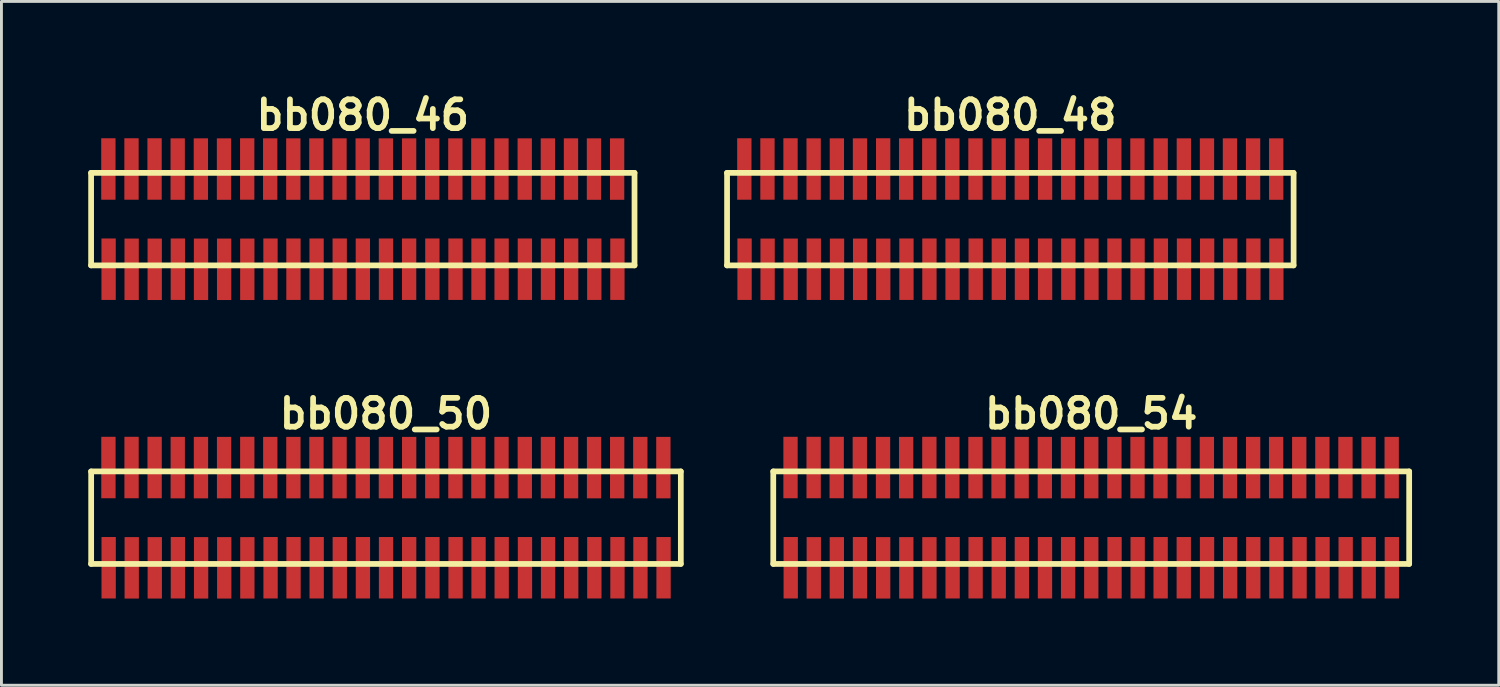
<source format=kicad_pcb>
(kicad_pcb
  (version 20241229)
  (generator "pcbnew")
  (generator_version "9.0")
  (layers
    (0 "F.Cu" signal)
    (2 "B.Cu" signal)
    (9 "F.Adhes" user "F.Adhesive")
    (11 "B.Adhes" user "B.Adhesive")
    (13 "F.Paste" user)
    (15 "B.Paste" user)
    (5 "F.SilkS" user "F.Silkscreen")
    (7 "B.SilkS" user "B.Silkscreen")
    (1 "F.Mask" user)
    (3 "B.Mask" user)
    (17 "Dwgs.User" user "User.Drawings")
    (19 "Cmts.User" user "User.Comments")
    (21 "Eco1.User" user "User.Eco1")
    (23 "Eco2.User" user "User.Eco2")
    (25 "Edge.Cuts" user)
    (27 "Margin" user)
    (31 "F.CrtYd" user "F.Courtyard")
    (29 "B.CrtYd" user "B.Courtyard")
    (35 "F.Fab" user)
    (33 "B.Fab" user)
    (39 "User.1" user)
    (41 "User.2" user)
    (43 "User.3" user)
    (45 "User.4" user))
  (footprint "bb080_50"
    (layer "F.Cu")
    (at 10.3 14.859)
    (property "Reference" "bb080_50" (at 0 -3.599 0) (layer "F.SilkS") (effects (font (size 0.998 0.998) (thickness 0.198))))
    (attr through_hole)
    (fp_line (start -10.201 1.6) (end 10.201 1.6) (stroke (width 0.198) (type solid)) (layer "F.SilkS"))
    (fp_line (start -10.196 -1.6) (end -10.196 1.6) (stroke (width 0.198) (type solid)) (layer "F.SilkS"))
    (fp_line (start 10.201 -1.6) (end -10.201 -1.6) (stroke (width 0.198) (type solid)) (layer "F.SilkS"))
    (fp_line (start 10.203 1.6) (end 10.203 -1.6) (stroke (width 0.198) (type solid)) (layer "F.SilkS"))
    (pad "1" smd rect (at -9.591 1.732) (size 0.495 2.126) (layers "F.Cu" "F.Mask" "F.Paste"))
    (pad "2" smd rect (at -9.599 -1.735) (size 0.495 2.126) (layers "F.Cu" "F.Mask" "F.Paste"))
    (pad "3" smd rect (at -8.793 1.735) (size 0.495 2.126) (layers "F.Cu" "F.Mask" "F.Paste"))
    (pad "4" smd rect (at -8.799 -1.735) (size 0.495 2.126) (layers "F.Cu" "F.Mask" "F.Paste"))
    (pad "5" smd rect (at -7.996 1.735) (size 0.495 2.126) (layers "F.Cu" "F.Mask" "F.Paste"))
    (pad "6" smd rect (at -8.001 -1.735) (size 0.495 2.126) (layers "F.Cu" "F.Mask" "F.Paste"))
    (pad "7" smd rect (at -7.196 1.732) (size 0.495 2.126) (layers "F.Cu" "F.Mask" "F.Paste"))
    (pad "8" smd rect (at -7.201 -1.732) (size 0.495 2.126) (layers "F.Cu" "F.Mask" "F.Paste"))
    (pad "9" smd rect (at -6.393 1.735) (size 0.495 2.126) (layers "F.Cu" "F.Mask" "F.Paste"))
    (pad "10" smd rect (at -6.398 -1.732) (size 0.495 2.126) (layers "F.Cu" "F.Mask" "F.Paste"))
    (pad "11" smd rect (at -5.593 1.735) (size 0.495 2.126) (layers "F.Cu" "F.Mask" "F.Paste"))
    (pad "12" smd rect (at -5.598 -1.732) (size 0.495 2.126) (layers "F.Cu" "F.Mask" "F.Paste"))
    (pad "13" smd rect (at -4.793 1.735) (size 0.495 2.126) (layers "F.Cu" "F.Mask" "F.Paste"))
    (pad "14" smd rect (at -4.796 -1.735) (size 0.495 2.126) (layers "F.Cu" "F.Mask" "F.Paste"))
    (pad "15" smd rect (at -3.99 1.732) (size 0.495 2.126) (layers "F.Cu" "F.Mask" "F.Paste"))
    (pad "16" smd rect (at -4 -1.732) (size 0.495 2.126) (layers "F.Cu" "F.Mask" "F.Paste"))
    (pad "17" smd rect (at -3.195 1.732) (size 0.495 2.126) (layers "F.Cu" "F.Mask" "F.Paste"))
    (pad "18" smd rect (at -3.2 -1.732) (size 0.495 2.126) (layers "F.Cu" "F.Mask" "F.Paste"))
    (pad "19" smd rect (at -2.395 1.732) (size 0.495 2.126) (layers "F.Cu" "F.Mask" "F.Paste"))
    (pad "20" smd rect (at -2.403 -1.732) (size 0.495 2.126) (layers "F.Cu" "F.Mask" "F.Paste"))
    (pad "21" smd rect (at -1.595 1.732) (size 0.495 2.126) (layers "F.Cu" "F.Mask" "F.Paste"))
    (pad "22" smd rect (at -1.603 -1.732) (size 0.495 2.126) (layers "F.Cu" "F.Mask" "F.Paste"))
    (pad "23" smd rect (at -0.795 1.732) (size 0.495 2.126) (layers "F.Cu" "F.Mask" "F.Paste"))
    (pad "24" smd rect (at -0.8 -1.732) (size 0.495 2.126) (layers "F.Cu" "F.Mask" "F.Paste"))
    (pad "25" smd rect (at 0.005 1.732) (size 0.495 2.126) (layers "F.Cu" "F.Mask" "F.Paste"))
    (pad "26" smd rect (at 0 -1.732) (size 0.495 2.126) (layers "F.Cu" "F.Mask" "F.Paste"))
    (pad "27" smd rect (at 0.805 1.732) (size 0.495 2.126) (layers "F.Cu" "F.Mask" "F.Paste"))
    (pad "28" smd rect (at 0.805 -1.732) (size 0.495 2.126) (layers "F.Cu" "F.Mask" "F.Paste"))
    (pad "29" smd rect (at 1.61 1.732) (size 0.495 2.126) (layers "F.Cu" "F.Mask" "F.Paste"))
    (pad "30" smd rect (at 1.605 -1.732) (size 0.495 2.126) (layers "F.Cu" "F.Mask" "F.Paste"))
    (pad "31" smd rect (at 2.41 1.732) (size 0.495 2.126) (layers "F.Cu" "F.Mask" "F.Paste"))
    (pad "32" smd rect (at 2.405 -1.732) (size 0.495 2.126) (layers "F.Cu" "F.Mask" "F.Paste"))
    (pad "33" smd rect (at 3.205 1.732) (size 0.495 2.126) (layers "F.Cu" "F.Mask" "F.Paste"))
    (pad "34" smd rect (at 3.2 -1.732) (size 0.495 2.126) (layers "F.Cu" "F.Mask" "F.Paste"))
    (pad "35" smd rect (at 4.006 1.732) (size 0.495 2.126) (layers "F.Cu" "F.Mask" "F.Paste"))
    (pad "36" smd rect (at 4 -1.732) (size 0.495 2.126) (layers "F.Cu" "F.Mask" "F.Paste"))
    (pad "37" smd rect (at 4.811 1.732) (size 0.495 2.126) (layers "F.Cu" "F.Mask" "F.Paste"))
    (pad "38" smd rect (at 4.806 -1.732) (size 0.495 2.126) (layers "F.Cu" "F.Mask" "F.Paste"))
    (pad "39" smd rect (at 5.611 1.732) (size 0.495 2.126) (layers "F.Cu" "F.Mask" "F.Paste"))
    (pad "40" smd rect (at 5.606 -1.732) (size 0.495 2.126) (layers "F.Cu" "F.Mask" "F.Paste"))
    (pad "41" smd rect (at 6.411 1.732) (size 0.495 2.126) (layers "F.Cu" "F.Mask" "F.Paste"))
    (pad "42" smd rect (at 6.406 -1.732) (size 0.495 2.126) (layers "F.Cu" "F.Mask" "F.Paste"))
    (pad "43" smd rect (at 7.211 1.732) (size 0.495 2.126) (layers "F.Cu" "F.Mask" "F.Paste"))
    (pad "44" smd rect (at 7.201 -1.732) (size 0.495 2.126) (layers "F.Cu" "F.Mask" "F.Paste"))
    (pad "45" smd rect (at 8.011 1.732) (size 0.495 2.126) (layers "F.Cu" "F.Mask" "F.Paste"))
    (pad "46" smd rect (at 8.001 -1.732) (size 0.495 2.126) (layers "F.Cu" "F.Mask" "F.Paste"))
    (pad "47" smd rect (at 8.806 1.732) (size 0.495 2.126) (layers "F.Cu" "F.Mask" "F.Paste"))
    (pad "48" smd rect (at 8.801 -1.732) (size 0.495 2.126) (layers "F.Cu" "F.Mask" "F.Paste"))
    (pad "49" smd rect (at 9.606 1.732) (size 0.495 2.126) (layers "F.Cu" "F.Mask" "F.Paste"))
    (pad "50" smd rect (at 9.599 -1.732) (size 0.495 2.126) (layers "F.Cu" "F.Mask" "F.Paste")))
  (footprint "bb080_46"
    (layer "F.Cu")
    (at 9.5 4.531)
    (property "Reference" "bb080_46" (at 0 -3.599 0) (layer "F.SilkS") (effects (font (size 0.998 0.998) (thickness 0.198))))
    (attr through_hole)
    (fp_line (start -9.401 1.6) (end 9.401 1.6) (stroke (width 0.198) (type solid)) (layer "F.SilkS"))
    (fp_line (start -9.398 -1.6) (end -9.398 1.6) (stroke (width 0.198) (type solid)) (layer "F.SilkS"))
    (fp_line (start 9.401 -1.6) (end -9.401 -1.6) (stroke (width 0.198) (type solid)) (layer "F.SilkS"))
    (fp_line (start 9.401 1.6) (end 9.401 -1.6) (stroke (width 0.198) (type solid)) (layer "F.SilkS"))
    (pad "1" smd rect (at -8.793 1.732) (size 0.495 2.126) (layers "F.Cu" "F.Mask" "F.Paste"))
    (pad "2" smd rect (at -8.801 -1.735) (size 0.495 2.126) (layers "F.Cu" "F.Mask" "F.Paste"))
    (pad "3" smd rect (at -7.996 1.735) (size 0.495 2.126) (layers "F.Cu" "F.Mask" "F.Paste"))
    (pad "4" smd rect (at -8.001 -1.735) (size 0.495 2.126) (layers "F.Cu" "F.Mask" "F.Paste"))
    (pad "5" smd rect (at -7.198 1.735) (size 0.495 2.126) (layers "F.Cu" "F.Mask" "F.Paste"))
    (pad "6" smd rect (at -7.203 -1.735) (size 0.495 2.126) (layers "F.Cu" "F.Mask" "F.Paste"))
    (pad "7" smd rect (at -6.398 1.732) (size 0.495 2.126) (layers "F.Cu" "F.Mask" "F.Paste"))
    (pad "8" smd rect (at -6.403 -1.732) (size 0.495 2.126) (layers "F.Cu" "F.Mask" "F.Paste"))
    (pad "9" smd rect (at -5.596 1.735) (size 0.495 2.126) (layers "F.Cu" "F.Mask" "F.Paste"))
    (pad "10" smd rect (at -5.601 -1.732) (size 0.495 2.126) (layers "F.Cu" "F.Mask" "F.Paste"))
    (pad "11" smd rect (at -4.796 1.735) (size 0.495 2.126) (layers "F.Cu" "F.Mask" "F.Paste"))
    (pad "12" smd rect (at -4.801 -1.732) (size 0.495 2.126) (layers "F.Cu" "F.Mask" "F.Paste"))
    (pad "13" smd rect (at -3.995 1.735) (size 0.495 2.126) (layers "F.Cu" "F.Mask" "F.Paste"))
    (pad "14" smd rect (at -3.998 -1.735) (size 0.495 2.126) (layers "F.Cu" "F.Mask" "F.Paste"))
    (pad "15" smd rect (at -3.193 1.732) (size 0.495 2.126) (layers "F.Cu" "F.Mask" "F.Paste"))
    (pad "16" smd rect (at -3.203 -1.732) (size 0.495 2.126) (layers "F.Cu" "F.Mask" "F.Paste"))
    (pad "17" smd rect (at -2.398 1.732) (size 0.495 2.126) (layers "F.Cu" "F.Mask" "F.Paste"))
    (pad "18" smd rect (at -2.403 -1.732) (size 0.495 2.126) (layers "F.Cu" "F.Mask" "F.Paste"))
    (pad "19" smd rect (at -1.598 1.732) (size 0.495 2.126) (layers "F.Cu" "F.Mask" "F.Paste"))
    (pad "20" smd rect (at -1.605 -1.732) (size 0.495 2.126) (layers "F.Cu" "F.Mask" "F.Paste"))
    (pad "21" smd rect (at -0.798 1.732) (size 0.495 2.126) (layers "F.Cu" "F.Mask" "F.Paste"))
    (pad "22" smd rect (at -0.805 -1.732) (size 0.495 2.126) (layers "F.Cu" "F.Mask" "F.Paste"))
    (pad "23" smd rect (at 0.003 1.732) (size 0.495 2.126) (layers "F.Cu" "F.Mask" "F.Paste"))
    (pad "24" smd rect (at -0.003 -1.732) (size 0.495 2.126) (layers "F.Cu" "F.Mask" "F.Paste"))
    (pad "25" smd rect (at 0.803 1.732) (size 0.495 2.126) (layers "F.Cu" "F.Mask" "F.Paste"))
    (pad "26" smd rect (at 0.798 -1.732) (size 0.495 2.126) (layers "F.Cu" "F.Mask" "F.Paste"))
    (pad "27" smd rect (at 1.603 1.732) (size 0.495 2.126) (layers "F.Cu" "F.Mask" "F.Paste"))
    (pad "28" smd rect (at 1.603 -1.732) (size 0.495 2.126) (layers "F.Cu" "F.Mask" "F.Paste"))
    (pad "29" smd rect (at 2.408 1.732) (size 0.495 2.126) (layers "F.Cu" "F.Mask" "F.Paste"))
    (pad "30" smd rect (at 2.403 -1.732) (size 0.495 2.126) (layers "F.Cu" "F.Mask" "F.Paste"))
    (pad "31" smd rect (at 3.208 1.732) (size 0.495 2.126) (layers "F.Cu" "F.Mask" "F.Paste"))
    (pad "32" smd rect (at 3.203 -1.732) (size 0.495 2.126) (layers "F.Cu" "F.Mask" "F.Paste"))
    (pad "33" smd rect (at 4.003 1.732) (size 0.495 2.126) (layers "F.Cu" "F.Mask" "F.Paste"))
    (pad "34" smd rect (at 3.998 -1.732) (size 0.495 2.126) (layers "F.Cu" "F.Mask" "F.Paste"))
    (pad "35" smd rect (at 4.803 1.732) (size 0.495 2.126) (layers "F.Cu" "F.Mask" "F.Paste"))
    (pad "36" smd rect (at 4.798 -1.732) (size 0.495 2.126) (layers "F.Cu" "F.Mask" "F.Paste"))
    (pad "37" smd rect (at 5.608 1.732) (size 0.495 2.126) (layers "F.Cu" "F.Mask" "F.Paste"))
    (pad "38" smd rect (at 5.603 -1.732) (size 0.495 2.126) (layers "F.Cu" "F.Mask" "F.Paste"))
    (pad "39" smd rect (at 6.408 1.732) (size 0.495 2.126) (layers "F.Cu" "F.Mask" "F.Paste"))
    (pad "40" smd rect (at 6.403 -1.732) (size 0.495 2.126) (layers "F.Cu" "F.Mask" "F.Paste"))
    (pad "41" smd rect (at 7.209 1.732) (size 0.495 2.126) (layers "F.Cu" "F.Mask" "F.Paste"))
    (pad "42" smd rect (at 7.203 -1.732) (size 0.495 2.126) (layers "F.Cu" "F.Mask" "F.Paste"))
    (pad "43" smd rect (at 8.009 1.732) (size 0.495 2.126) (layers "F.Cu" "F.Mask" "F.Paste"))
    (pad "44" smd rect (at 7.998 -1.732) (size 0.495 2.126) (layers "F.Cu" "F.Mask" "F.Paste"))
    (pad "45" smd rect (at 8.809 1.732) (size 0.495 2.126) (layers "F.Cu" "F.Mask" "F.Paste"))
    (pad "46" smd rect (at 8.799 -1.732) (size 0.495 2.126) (layers "F.Cu" "F.Mask" "F.Paste")))
  (footprint "bb080_54"
    (layer "F.Cu")
    (at 34.699 14.859)
    (property "Reference" "bb080_54" (at 0 -3.599 0) (layer "F.SilkS") (effects (font (size 0.998 0.998) (thickness 0.198))))
    (attr through_hole)
    (fp_line (start -10.998 -1.6) (end -10.998 1.6) (stroke (width 0.198) (type solid)) (layer "F.SilkS"))
    (fp_line (start -10.998 1.6) (end 11.001 1.6) (stroke (width 0.198) (type solid)) (layer "F.SilkS"))
    (fp_line (start 11.001 -1.6) (end -10.998 -1.6) (stroke (width 0.198) (type solid)) (layer "F.SilkS"))
    (fp_line (start 11.001 1.6) (end 11.001 -1.6) (stroke (width 0.198) (type solid)) (layer "F.SilkS"))
    (pad "1" smd rect (at -10.394 1.732) (size 0.495 2.126) (layers "F.Cu" "F.Mask" "F.Paste"))
    (pad "2" smd rect (at -10.401 -1.735) (size 0.495 2.126) (layers "F.Cu" "F.Mask" "F.Paste"))
    (pad "3" smd rect (at -9.596 1.735) (size 0.495 2.126) (layers "F.Cu" "F.Mask" "F.Paste"))
    (pad "4" smd rect (at -9.601 -1.735) (size 0.495 2.126) (layers "F.Cu" "F.Mask" "F.Paste"))
    (pad "5" smd rect (at -8.799 1.735) (size 0.495 2.126) (layers "F.Cu" "F.Mask" "F.Paste"))
    (pad "6" smd rect (at -8.804 -1.735) (size 0.495 2.126) (layers "F.Cu" "F.Mask" "F.Paste"))
    (pad "7" smd rect (at -7.998 1.732) (size 0.495 2.126) (layers "F.Cu" "F.Mask" "F.Paste"))
    (pad "8" smd rect (at -8.004 -1.732) (size 0.495 2.126) (layers "F.Cu" "F.Mask" "F.Paste"))
    (pad "9" smd rect (at -7.196 1.735) (size 0.495 2.126) (layers "F.Cu" "F.Mask" "F.Paste"))
    (pad "10" smd rect (at -7.201 -1.732) (size 0.495 2.126) (layers "F.Cu" "F.Mask" "F.Paste"))
    (pad "11" smd rect (at -6.396 1.735) (size 0.495 2.126) (layers "F.Cu" "F.Mask" "F.Paste"))
    (pad "12" smd rect (at -6.401 -1.732) (size 0.495 2.126) (layers "F.Cu" "F.Mask" "F.Paste"))
    (pad "13" smd rect (at -5.596 1.735) (size 0.495 2.126) (layers "F.Cu" "F.Mask" "F.Paste"))
    (pad "14" smd rect (at -5.598 -1.735) (size 0.495 2.126) (layers "F.Cu" "F.Mask" "F.Paste"))
    (pad "15" smd rect (at -4.793 1.732) (size 0.495 2.126) (layers "F.Cu" "F.Mask" "F.Paste"))
    (pad "16" smd rect (at -4.803 -1.732) (size 0.495 2.126) (layers "F.Cu" "F.Mask" "F.Paste"))
    (pad "17" smd rect (at -3.998 1.732) (size 0.495 2.126) (layers "F.Cu" "F.Mask" "F.Paste"))
    (pad "18" smd rect (at -4.003 -1.732) (size 0.495 2.126) (layers "F.Cu" "F.Mask" "F.Paste"))
    (pad "19" smd rect (at -3.198 1.732) (size 0.495 2.126) (layers "F.Cu" "F.Mask" "F.Paste"))
    (pad "20" smd rect (at -3.205 -1.732) (size 0.495 2.126) (layers "F.Cu" "F.Mask" "F.Paste"))
    (pad "21" smd rect (at -2.398 1.732) (size 0.495 2.126) (layers "F.Cu" "F.Mask" "F.Paste"))
    (pad "22" smd rect (at -2.405 -1.732) (size 0.495 2.126) (layers "F.Cu" "F.Mask" "F.Paste"))
    (pad "23" smd rect (at -1.598 1.732) (size 0.495 2.126) (layers "F.Cu" "F.Mask" "F.Paste"))
    (pad "24" smd rect (at -1.603 -1.732) (size 0.495 2.126) (layers "F.Cu" "F.Mask" "F.Paste"))
    (pad "25" smd rect (at -0.798 1.732) (size 0.495 2.126) (layers "F.Cu" "F.Mask" "F.Paste"))
    (pad "26" smd rect (at -0.803 -1.732) (size 0.495 2.126) (layers "F.Cu" "F.Mask" "F.Paste"))
    (pad "27" smd rect (at 0.003 1.732) (size 0.495 2.126) (layers "F.Cu" "F.Mask" "F.Paste"))
    (pad "28" smd rect (at 0.003 -1.732) (size 0.495 2.126) (layers "F.Cu" "F.Mask" "F.Paste"))
    (pad "29" smd rect (at 0.808 1.732) (size 0.495 2.126) (layers "F.Cu" "F.Mask" "F.Paste"))
    (pad "30" smd rect (at 0.803 -1.732) (size 0.495 2.126) (layers "F.Cu" "F.Mask" "F.Paste"))
    (pad "31" smd rect (at 1.608 1.732) (size 0.495 2.126) (layers "F.Cu" "F.Mask" "F.Paste"))
    (pad "32" smd rect (at 1.603 -1.732) (size 0.495 2.126) (layers "F.Cu" "F.Mask" "F.Paste"))
    (pad "33" smd rect (at 2.403 1.732) (size 0.495 2.126) (layers "F.Cu" "F.Mask" "F.Paste"))
    (pad "34" smd rect (at 2.398 -1.732) (size 0.495 2.126) (layers "F.Cu" "F.Mask" "F.Paste"))
    (pad "35" smd rect (at 3.203 1.732) (size 0.495 2.126) (layers "F.Cu" "F.Mask" "F.Paste"))
    (pad "36" smd rect (at 3.198 -1.732) (size 0.495 2.126) (layers "F.Cu" "F.Mask" "F.Paste"))
    (pad "37" smd rect (at 4.008 1.732) (size 0.495 2.126) (layers "F.Cu" "F.Mask" "F.Paste"))
    (pad "38" smd rect (at 4.003 -1.732) (size 0.495 2.126) (layers "F.Cu" "F.Mask" "F.Paste"))
    (pad "39" smd rect (at 4.808 1.732) (size 0.495 2.126) (layers "F.Cu" "F.Mask" "F.Paste"))
    (pad "40" smd rect (at 4.803 -1.732) (size 0.495 2.126) (layers "F.Cu" "F.Mask" "F.Paste"))
    (pad "41" smd rect (at 5.608 1.732) (size 0.495 2.126) (layers "F.Cu" "F.Mask" "F.Paste"))
    (pad "42" smd rect (at 5.603 -1.732) (size 0.495 2.126) (layers "F.Cu" "F.Mask" "F.Paste"))
    (pad "43" smd rect (at 6.408 1.732) (size 0.495 2.126) (layers "F.Cu" "F.Mask" "F.Paste"))
    (pad "44" smd rect (at 6.398 -1.732) (size 0.495 2.126) (layers "F.Cu" "F.Mask" "F.Paste"))
    (pad "45" smd rect (at 7.209 1.732) (size 0.495 2.126) (layers "F.Cu" "F.Mask" "F.Paste"))
    (pad "46" smd rect (at 7.198 -1.732) (size 0.495 2.126) (layers "F.Cu" "F.Mask" "F.Paste"))
    (pad "47" smd rect (at 8.004 1.732) (size 0.495 2.126) (layers "F.Cu" "F.Mask" "F.Paste"))
    (pad "48" smd rect (at 7.998 -1.732) (size 0.495 2.126) (layers "F.Cu" "F.Mask" "F.Paste"))
    (pad "49" smd rect (at 8.804 1.732) (size 0.495 2.126) (layers "F.Cu" "F.Mask" "F.Paste"))
    (pad "50" smd rect (at 8.796 -1.732) (size 0.495 2.126) (layers "F.Cu" "F.Mask" "F.Paste"))
    (pad "51" smd rect (at 9.601 1.732) (size 0.495 2.126) (layers "F.Cu" "F.Mask" "F.Paste"))
    (pad "52" smd rect (at 9.596 -1.732) (size 0.495 2.126) (layers "F.Cu" "F.Mask" "F.Paste"))
    (pad "53" smd rect (at 10.401 1.732) (size 0.495 2.126) (layers "F.Cu" "F.Mask" "F.Paste"))
    (pad "54" smd rect (at 10.396 -1.732) (size 0.495 2.126) (layers "F.Cu" "F.Mask" "F.Paste")))
  (footprint "bb080_48"
    (layer "F.Cu")
    (at 31.9 4.531)
    (property "Reference" "bb080_48" (at 0 -3.599 0) (layer "F.SilkS") (effects (font (size 0.998 0.998) (thickness 0.198))))
    (attr through_hole)
    (fp_line (start -9.802 1.6) (end 9.799 1.6) (stroke (width 0.198) (type solid)) (layer "F.SilkS"))
    (fp_line (start -9.797 -1.6) (end -9.797 1.6) (stroke (width 0.198) (type solid)) (layer "F.SilkS"))
    (fp_line (start 9.799 -1.6) (end -9.802 -1.6) (stroke (width 0.198) (type solid)) (layer "F.SilkS"))
    (fp_line (start 9.802 1.6) (end 9.802 -1.6) (stroke (width 0.198) (type solid)) (layer "F.SilkS"))
    (pad "1" smd rect (at -9.192 1.732) (size 0.495 2.126) (layers "F.Cu" "F.Mask" "F.Paste"))
    (pad "2" smd rect (at -9.2 -1.735) (size 0.495 2.126) (layers "F.Cu" "F.Mask" "F.Paste"))
    (pad "3" smd rect (at -8.395 1.735) (size 0.495 2.126) (layers "F.Cu" "F.Mask" "F.Paste"))
    (pad "4" smd rect (at -8.4 -1.735) (size 0.495 2.126) (layers "F.Cu" "F.Mask" "F.Paste"))
    (pad "5" smd rect (at -7.597 1.735) (size 0.495 2.126) (layers "F.Cu" "F.Mask" "F.Paste"))
    (pad "6" smd rect (at -7.602 -1.735) (size 0.495 2.126) (layers "F.Cu" "F.Mask" "F.Paste"))
    (pad "7" smd rect (at -6.797 1.732) (size 0.495 2.126) (layers "F.Cu" "F.Mask" "F.Paste"))
    (pad "8" smd rect (at -6.802 -1.732) (size 0.495 2.126) (layers "F.Cu" "F.Mask" "F.Paste"))
    (pad "9" smd rect (at -5.994 1.735) (size 0.495 2.126) (layers "F.Cu" "F.Mask" "F.Paste"))
    (pad "10" smd rect (at -5.999 -1.732) (size 0.495 2.126) (layers "F.Cu" "F.Mask" "F.Paste"))
    (pad "11" smd rect (at -5.194 1.735) (size 0.495 2.126) (layers "F.Cu" "F.Mask" "F.Paste"))
    (pad "12" smd rect (at -5.199 -1.732) (size 0.495 2.126) (layers "F.Cu" "F.Mask" "F.Paste"))
    (pad "13" smd rect (at -4.394 1.735) (size 0.495 2.126) (layers "F.Cu" "F.Mask" "F.Paste"))
    (pad "14" smd rect (at -4.397 -1.735) (size 0.495 2.126) (layers "F.Cu" "F.Mask" "F.Paste"))
    (pad "15" smd rect (at -3.592 1.732) (size 0.495 2.126) (layers "F.Cu" "F.Mask" "F.Paste"))
    (pad "16" smd rect (at -3.602 -1.732) (size 0.495 2.126) (layers "F.Cu" "F.Mask" "F.Paste"))
    (pad "17" smd rect (at -2.797 1.732) (size 0.495 2.126) (layers "F.Cu" "F.Mask" "F.Paste"))
    (pad "18" smd rect (at -2.802 -1.732) (size 0.495 2.126) (layers "F.Cu" "F.Mask" "F.Paste"))
    (pad "19" smd rect (at -1.996 1.732) (size 0.495 2.126) (layers "F.Cu" "F.Mask" "F.Paste"))
    (pad "20" smd rect (at -2.004 -1.732) (size 0.495 2.126) (layers "F.Cu" "F.Mask" "F.Paste"))
    (pad "21" smd rect (at -1.196 1.732) (size 0.495 2.126) (layers "F.Cu" "F.Mask" "F.Paste"))
    (pad "22" smd rect (at -1.204 -1.732) (size 0.495 2.126) (layers "F.Cu" "F.Mask" "F.Paste"))
    (pad "23" smd rect (at -0.396 1.732) (size 0.495 2.126) (layers "F.Cu" "F.Mask" "F.Paste"))
    (pad "24" smd rect (at -0.401 -1.732) (size 0.495 2.126) (layers "F.Cu" "F.Mask" "F.Paste"))
    (pad "25" smd rect (at 0.404 1.732) (size 0.495 2.126) (layers "F.Cu" "F.Mask" "F.Paste"))
    (pad "26" smd rect (at 0.399 -1.732) (size 0.495 2.126) (layers "F.Cu" "F.Mask" "F.Paste"))
    (pad "27" smd rect (at 1.204 1.732) (size 0.495 2.126) (layers "F.Cu" "F.Mask" "F.Paste"))
    (pad "28" smd rect (at 1.204 -1.732) (size 0.495 2.126) (layers "F.Cu" "F.Mask" "F.Paste"))
    (pad "29" smd rect (at 2.009 1.732) (size 0.495 2.126) (layers "F.Cu" "F.Mask" "F.Paste"))
    (pad "30" smd rect (at 2.004 -1.732) (size 0.495 2.126) (layers "F.Cu" "F.Mask" "F.Paste"))
    (pad "31" smd rect (at 2.809 1.732) (size 0.495 2.126) (layers "F.Cu" "F.Mask" "F.Paste"))
    (pad "32" smd rect (at 2.804 -1.732) (size 0.495 2.126) (layers "F.Cu" "F.Mask" "F.Paste"))
    (pad "33" smd rect (at 3.604 1.732) (size 0.495 2.126) (layers "F.Cu" "F.Mask" "F.Paste"))
    (pad "34" smd rect (at 3.599 -1.732) (size 0.495 2.126) (layers "F.Cu" "F.Mask" "F.Paste"))
    (pad "35" smd rect (at 4.404 1.732) (size 0.495 2.126) (layers "F.Cu" "F.Mask" "F.Paste"))
    (pad "36" smd rect (at 4.399 -1.732) (size 0.495 2.126) (layers "F.Cu" "F.Mask" "F.Paste"))
    (pad "37" smd rect (at 5.21 1.732) (size 0.495 2.126) (layers "F.Cu" "F.Mask" "F.Paste"))
    (pad "38" smd rect (at 5.204 -1.732) (size 0.495 2.126) (layers "F.Cu" "F.Mask" "F.Paste"))
    (pad "39" smd rect (at 6.01 1.732) (size 0.495 2.126) (layers "F.Cu" "F.Mask" "F.Paste"))
    (pad "40" smd rect (at 6.005 -1.732) (size 0.495 2.126) (layers "F.Cu" "F.Mask" "F.Paste"))
    (pad "41" smd rect (at 6.81 1.732) (size 0.495 2.126) (layers "F.Cu" "F.Mask" "F.Paste"))
    (pad "42" smd rect (at 6.805 -1.732) (size 0.495 2.126) (layers "F.Cu" "F.Mask" "F.Paste"))
    (pad "43" smd rect (at 7.61 1.732) (size 0.495 2.126) (layers "F.Cu" "F.Mask" "F.Paste"))
    (pad "44" smd rect (at 7.6 -1.732) (size 0.495 2.126) (layers "F.Cu" "F.Mask" "F.Paste"))
    (pad "45" smd rect (at 8.41 1.732) (size 0.495 2.126) (layers "F.Cu" "F.Mask" "F.Paste"))
    (pad "46" smd rect (at 8.4 -1.732) (size 0.495 2.126) (layers "F.Cu" "F.Mask" "F.Paste"))
    (pad "47" smd rect (at 9.205 1.732) (size 0.495 2.126) (layers "F.Cu" "F.Mask" "F.Paste"))
    (pad "48" smd rect (at 9.2 -1.732) (size 0.495 2.126) (layers "F.Cu" "F.Mask" "F.Paste")))
  (gr_rect
    (start -3 -3)
    (end 48.799 20.657)
    (stroke (width 0.1) (type default))
    (fill no)
    (layer "Edge.Cuts")))
</source>
